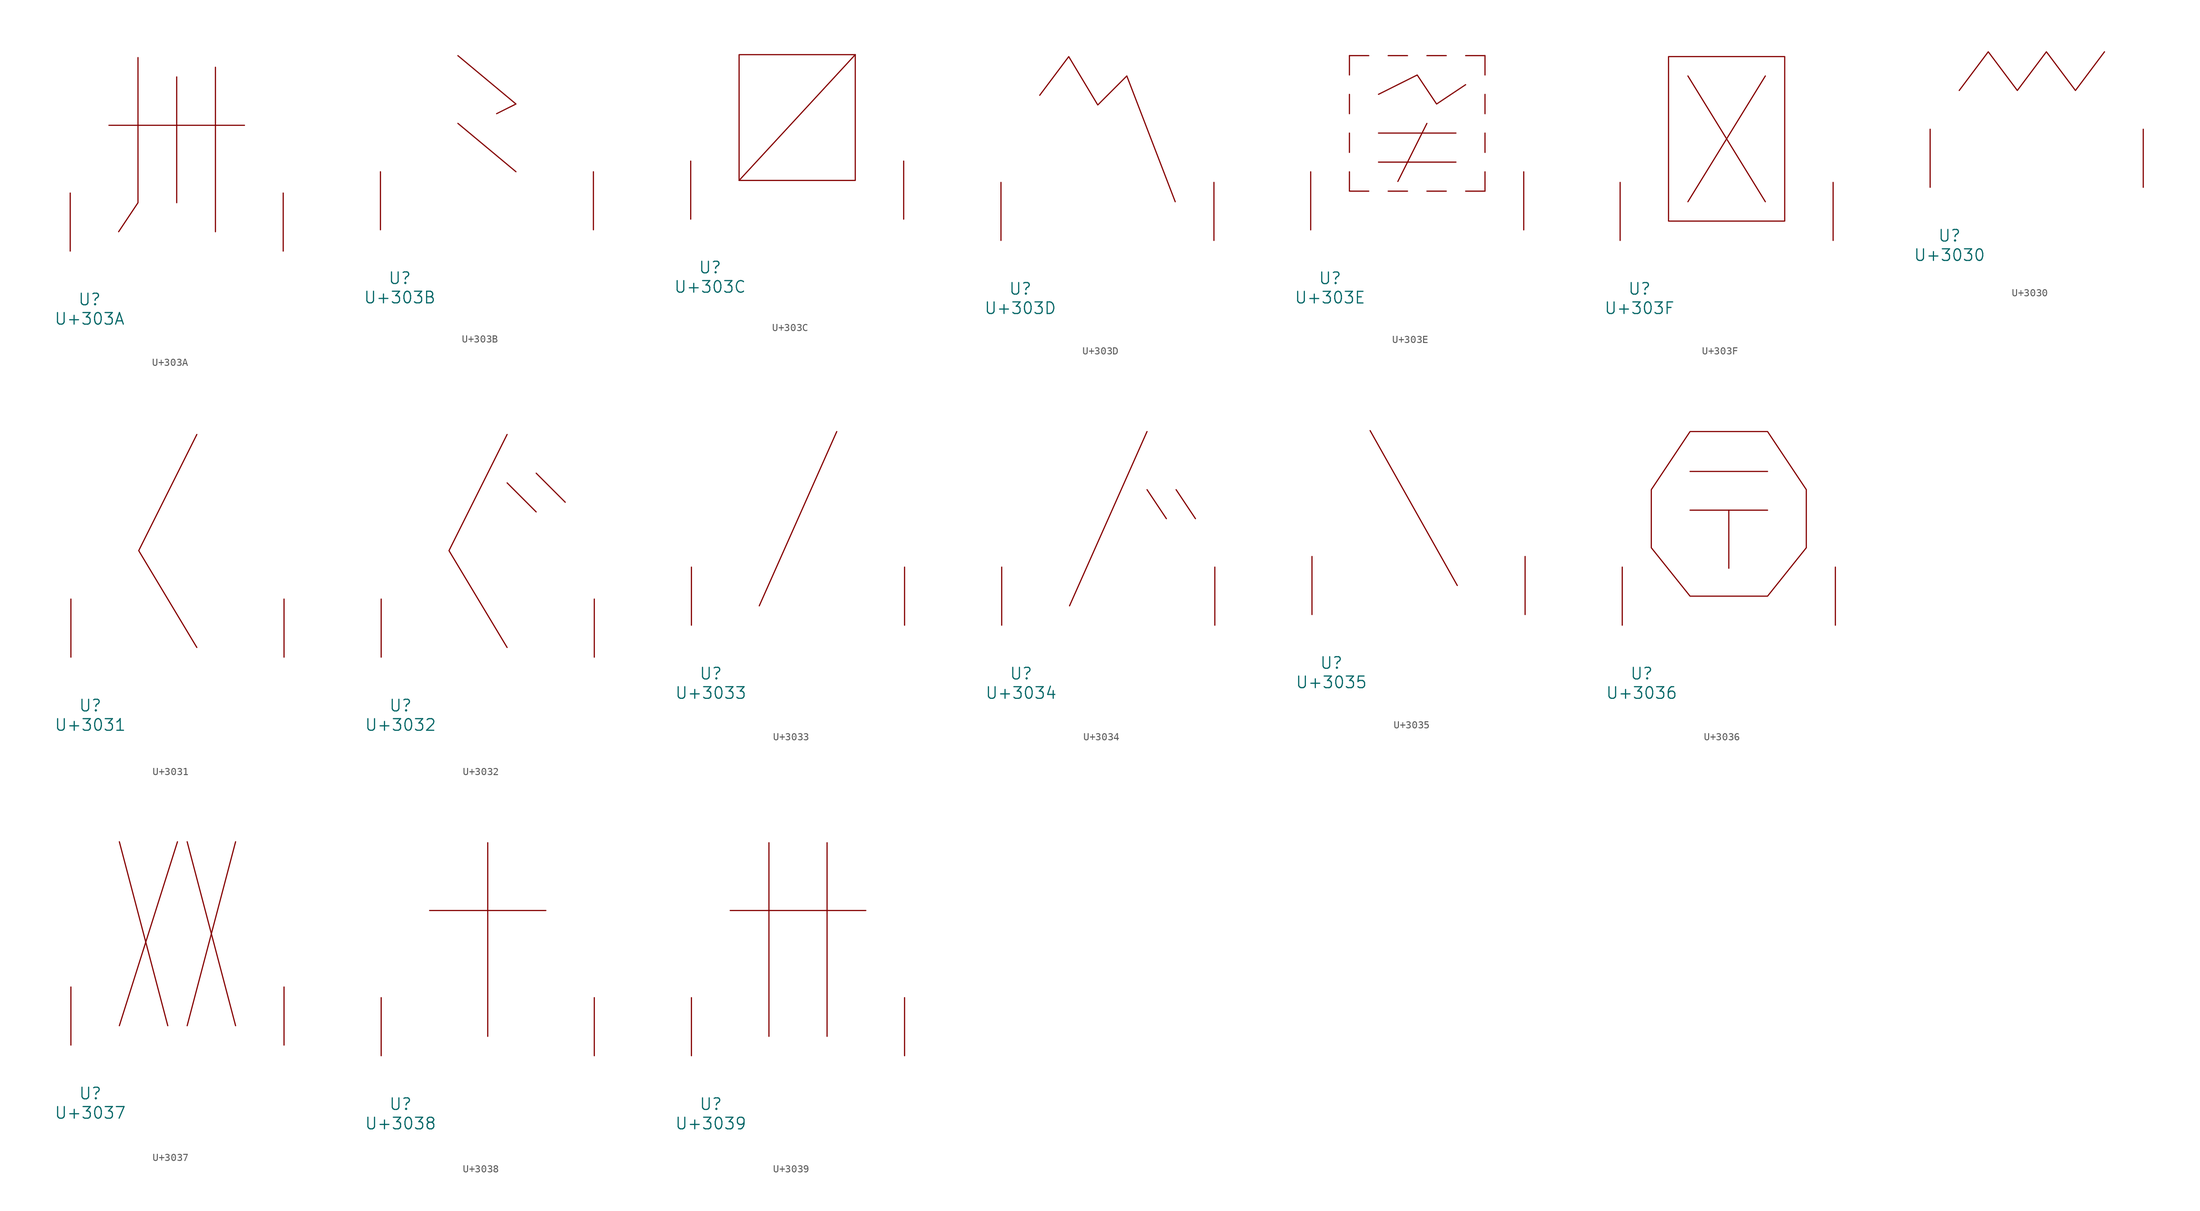
<source format=kicad_sym>
(kicad_symbol_lib
  (version 20231120)
  (generator "kicad_symbol_editor")
  (generator_version "8.0")
  (symbol "U+303A"
    (pin_names
      (offset 1.016))
    (property "Reference" "U"
      (at 0 -6.35 0)
      (effects (font (size 1.524 1.524))))
    (property "Value" "U+303A"
      (at 0 -8.89 0)
      (effects (font (size 1.524 1.524))))
    (symbol "U+303A_0_1"
      (polyline (pts (xy 2.54 16.51) (xy 20.32 16.51)) (stroke (width 0) (type solid)) (fill (type none)))
      (polyline (pts (xy 11.43 22.86) (xy 11.43 6.35)) (stroke (width 0) (type solid)) (fill (type none)))
      (polyline (pts (xy 16.51 24.13) (xy 16.51 2.54)) (stroke (width 0) (type solid)) (fill (type none)))
      (polyline (pts (xy 6.35 25.4) (xy 6.35 6.35) (xy 3.81 2.54)) (stroke (width 0) (type solid)) (fill (type none)))
      (pin input line (at -2.54 0 90) (length 7.62) (name "~" (effects (font (size 1.27 1.27)))) (number "~" (effects (font (size 1.27 1.27)))))
      (pin input line (at 25.4 0 90) (length 7.62) (name "~" (effects (font (size 1.27 1.27)))) (number "~" (effects (font (size 1.27 1.27)))))))
  (symbol "U+303B"
    (pin_names
      (offset 1.016))
    (property "Reference" "U"
      (at 0 -6.35 0)
      (effects (font (size 1.524 1.524))))
    (property "Value" "U+303B"
      (at 0 -8.89 0)
      (effects (font (size 1.524 1.524))))
    (symbol "U+303B_0_1"
      (polyline (pts (xy 7.62 13.97) (xy 15.24 7.62)) (stroke (width 0) (type solid)) (fill (type none)))
      (polyline (pts (xy 7.62 22.86) (xy 15.24 16.51) (xy 12.7 15.24)) (stroke (width 0) (type solid)) (fill (type none)))
      (pin input line (at -2.54 0 90) (length 7.62) (name "~" (effects (font (size 1.27 1.27)))) (number "~" (effects (font (size 1.27 1.27)))))
      (pin input line (at 25.4 0 90) (length 7.62) (name "~" (effects (font (size 1.27 1.27)))) (number "~" (effects (font (size 1.27 1.27)))))))
  (symbol "U+303C"
    (pin_names
      (offset 1.016))
    (property "Reference" "U"
      (at 0 -6.35 0)
      (effects (font (size 1.524 1.524))))
    (property "Value" "U+303C"
      (at 0 -8.89 0)
      (effects (font (size 1.524 1.524))))
    (symbol "U+303C_0_1"
      (polyline (pts (xy 19.05 21.59) (xy 3.81 5.08)) (stroke (width 0) (type solid)) (fill (type none)))
      (polyline (pts (xy 3.81 21.59) (xy 19.05 21.59) (xy 19.05 5.08) (xy 3.81 5.08) (xy 3.81 21.59)) (stroke (width 0) (type solid)) (fill (type none)))
      (pin input line (at -2.54 0 90) (length 7.62) (name "~" (effects (font (size 1.27 1.27)))) (number "~" (effects (font (size 1.27 1.27)))))
      (pin input line (at 25.4 0 90) (length 7.62) (name "~" (effects (font (size 1.27 1.27)))) (number "~" (effects (font (size 1.27 1.27)))))))
  (symbol "U+303D"
    (pin_names
      (offset 1.016))
    (property "Reference" "U"
      (at 0 -6.35 0)
      (effects (font (size 1.524 1.524))))
    (property "Value" "U+303D"
      (at 0 -8.89 0)
      (effects (font (size 1.524 1.524))))
    (symbol "U+303D_0_1"
      (polyline (pts (xy 2.54 19.05) (xy 6.35 24.13) (xy 10.16 17.78) (xy 13.97 21.59) (xy 20.32 5.08)) (stroke (width 0) (type solid)) (fill (type none)))
      (pin input line (at -2.54 0 90) (length 7.62) (name "~" (effects (font (size 1.27 1.27)))) (number "~" (effects (font (size 1.27 1.27)))))
      (pin input line (at 25.4 0 90) (length 7.62) (name "~" (effects (font (size 1.27 1.27)))) (number "~" (effects (font (size 1.27 1.27)))))))
  (symbol "U+303E"
    (pin_names
      (offset 1.016))
    (property "Reference" "U"
      (at 0 -6.35 0)
      (effects (font (size 1.524 1.524))))
    (property "Value" "U+303E"
      (at 0 -8.89 0)
      (effects (font (size 1.524 1.524))))
    (symbol "U+303E_0_1"
      (polyline (pts (xy 2.54 10.16) (xy 2.54 12.7)) (stroke (width 0) (type solid)) (fill (type none)))
      (polyline (pts (xy 2.54 15.24) (xy 2.54 17.78)) (stroke (width 0) (type solid)) (fill (type none)))
      (polyline (pts (xy 2.54 20.32) (xy 2.54 22.86)) (stroke (width 0) (type solid)) (fill (type none)))
      (polyline (pts (xy 2.54 22.86) (xy 5.08 22.86)) (stroke (width 0) (type solid)) (fill (type none)))
      (polyline (pts (xy 6.35 8.89) (xy 16.51 8.89)) (stroke (width 0) (type solid)) (fill (type none)))
      (polyline (pts (xy 6.35 12.7) (xy 16.51 12.7)) (stroke (width 0) (type solid)) (fill (type none)))
      (polyline (pts (xy 7.62 22.86) (xy 10.16 22.86)) (stroke (width 0) (type solid)) (fill (type none)))
      (polyline (pts (xy 10.16 5.08) (xy 7.62 5.08)) (stroke (width 0) (type solid)) (fill (type none)))
      (polyline (pts (xy 12.7 13.97) (xy 8.89 6.35)) (stroke (width 0) (type solid)) (fill (type none)))
      (polyline (pts (xy 12.7 22.86) (xy 15.24 22.86)) (stroke (width 0) (type solid)) (fill (type none)))
      (polyline (pts (xy 15.24 5.08) (xy 12.7 5.08)) (stroke (width 0) (type solid)) (fill (type none)))
      (polyline (pts (xy 17.78 22.86) (xy 20.32 22.86)) (stroke (width 0) (type solid)) (fill (type none)))
      (polyline (pts (xy 20.32 5.08) (xy 17.78 5.08)) (stroke (width 0) (type solid)) (fill (type none)))
      (polyline (pts (xy 20.32 7.62) (xy 20.32 5.08)) (stroke (width 0) (type solid)) (fill (type none)))
      (polyline (pts (xy 20.32 12.7) (xy 20.32 10.16)) (stroke (width 0) (type solid)) (fill (type none)))
      (polyline (pts (xy 20.32 17.78) (xy 20.32 15.24)) (stroke (width 0) (type solid)) (fill (type none)))
      (polyline (pts (xy 20.32 22.86) (xy 20.32 20.32)) (stroke (width 0) (type solid)) (fill (type none)))
      (polyline (pts (xy 5.08 5.08) (xy 2.54 5.08) (xy 2.54 7.62)) (stroke (width 0) (type solid)) (fill (type none)))
      (polyline (pts (xy 6.35 17.78) (xy 11.43 20.32) (xy 13.97 16.51) (xy 17.78 19.05)) (stroke (width 0) (type solid)) (fill (type none)))
      (pin input line (at -2.54 0 90) (length 7.62) (name "~" (effects (font (size 1.27 1.27)))) (number "~" (effects (font (size 1.27 1.27)))))
      (pin input line (at 25.4 0 90) (length 7.62) (name "~" (effects (font (size 1.27 1.27)))) (number "~" (effects (font (size 1.27 1.27)))))))
  (symbol "U+303F"
    (pin_names
      (offset 1.016))
    (property "Reference" "U"
      (at 0 -6.35 0)
      (effects (font (size 1.524 1.524))))
    (property "Value" "U+303F"
      (at 0 -8.89 0)
      (effects (font (size 1.524 1.524))))
    (symbol "U+303F_0_1"
      (polyline (pts (xy 6.35 21.59) (xy 16.51 5.08)) (stroke (width 0) (type solid)) (fill (type none)))
      (polyline (pts (xy 16.51 21.59) (xy 6.35 5.08)) (stroke (width 0) (type solid)) (fill (type none)))
      (polyline (pts (xy 3.81 24.13) (xy 19.05 24.13) (xy 19.05 2.54) (xy 3.81 2.54) (xy 3.81 24.13)) (stroke (width 0) (type solid)) (fill (type none)))
      (pin input line (at -2.54 0 90) (length 7.62) (name "~" (effects (font (size 1.27 1.27)))) (number "~" (effects (font (size 1.27 1.27)))))
      (pin input line (at 25.4 0 90) (length 7.62) (name "~" (effects (font (size 1.27 1.27)))) (number "~" (effects (font (size 1.27 1.27)))))))
  (symbol "U+3030"
    (pin_names
      (offset 1.016))
    (property "Reference" "U"
      (at 0 -6.35 0)
      (effects (font (size 1.524 1.524))))
    (property "Value" "U+3030"
      (at 0 -8.89 0)
      (effects (font (size 1.524 1.524))))
    (symbol "U+3030_0_1"
      (polyline (pts (xy 1.27 12.7) (xy 5.08 17.78) (xy 8.89 12.7) (xy 12.7 17.78) (xy 16.51 12.7) (xy 20.32 17.78)) (stroke (width 0) (type solid)) (fill (type none)))
      (pin input line (at -2.54 0 90) (length 7.62) (name "~" (effects (font (size 1.27 1.27)))) (number "~" (effects (font (size 1.27 1.27)))))
      (pin input line (at 25.4 0 90) (length 7.62) (name "~" (effects (font (size 1.27 1.27)))) (number "~" (effects (font (size 1.27 1.27)))))))
  (symbol "U+3031"
    (pin_names
      (offset 1.016))
    (property "Reference" "U"
      (at 0 -6.35 0)
      (effects (font (size 1.524 1.524))))
    (property "Value" "U+3031"
      (at 0 -8.89 0)
      (effects (font (size 1.524 1.524))))
    (symbol "U+3031_0_1"
      (polyline (pts (xy 13.97 29.21) (xy 6.35 13.97) (xy 13.97 1.27)) (stroke (width 0) (type solid)) (fill (type none)))
      (pin input line (at -2.54 0 90) (length 7.62) (name "~" (effects (font (size 1.27 1.27)))) (number "~" (effects (font (size 1.27 1.27)))))
      (pin input line (at 25.4 0 90) (length 7.62) (name "~" (effects (font (size 1.27 1.27)))) (number "~" (effects (font (size 1.27 1.27)))))))
  (symbol "U+3032"
    (pin_names
      (offset 1.016))
    (property "Reference" "U"
      (at 0 -6.35 0)
      (effects (font (size 1.524 1.524))))
    (property "Value" "U+3032"
      (at 0 -8.89 0)
      (effects (font (size 1.524 1.524))))
    (symbol "U+3032_0_1"
      (polyline (pts (xy 13.97 22.86) (xy 17.78 19.05)) (stroke (width 0) (type solid)) (fill (type none)))
      (polyline (pts (xy 17.78 24.13) (xy 21.59 20.32)) (stroke (width 0) (type solid)) (fill (type none)))
      (polyline (pts (xy 13.97 29.21) (xy 6.35 13.97) (xy 13.97 1.27)) (stroke (width 0) (type solid)) (fill (type none)))
      (pin input line (at -2.54 0 90) (length 7.62) (name "~" (effects (font (size 1.27 1.27)))) (number "~" (effects (font (size 1.27 1.27)))))
      (pin input line (at 25.4 0 90) (length 7.62) (name "~" (effects (font (size 1.27 1.27)))) (number "~" (effects (font (size 1.27 1.27)))))))
  (symbol "U+3033"
    (pin_names
      (offset 1.016))
    (property "Reference" "U"
      (at 0 -6.35 0)
      (effects (font (size 1.524 1.524))))
    (property "Value" "U+3033"
      (at 0 -8.89 0)
      (effects (font (size 1.524 1.524))))
    (symbol "U+3033_0_1"
      (polyline (pts (xy 16.51 25.4) (xy 6.35 2.54)) (stroke (width 0) (type solid)) (fill (type none)))
      (pin input line (at -2.54 0 90) (length 7.62) (name "~" (effects (font (size 1.27 1.27)))) (number "~" (effects (font (size 1.27 1.27)))))
      (pin input line (at 25.4 0 90) (length 7.62) (name "~" (effects (font (size 1.27 1.27)))) (number "~" (effects (font (size 1.27 1.27)))))))
  (symbol "U+3034"
    (pin_names
      (offset 1.016))
    (property "Reference" "U"
      (at 0 -6.35 0)
      (effects (font (size 1.524 1.524))))
    (property "Value" "U+3034"
      (at 0 -8.89 0)
      (effects (font (size 1.524 1.524))))
    (symbol "U+3034_0_1"
      (polyline (pts (xy 16.51 17.78) (xy 19.05 13.97)) (stroke (width 0) (type solid)) (fill (type none)))
      (polyline (pts (xy 16.51 25.4) (xy 6.35 2.54)) (stroke (width 0) (type solid)) (fill (type none)))
      (polyline (pts (xy 20.32 17.78) (xy 22.86 13.97)) (stroke (width 0) (type solid)) (fill (type none)))
      (pin input line (at -2.54 0 90) (length 7.62) (name "~" (effects (font (size 1.27 1.27)))) (number "~" (effects (font (size 1.27 1.27)))))
      (pin input line (at 25.4 0 90) (length 7.62) (name "~" (effects (font (size 1.27 1.27)))) (number "~" (effects (font (size 1.27 1.27)))))))
  (symbol "U+3035"
    (pin_names
      (offset 1.016))
    (property "Reference" "U"
      (at 0 -6.35 0)
      (effects (font (size 1.524 1.524))))
    (property "Value" "U+3035"
      (at 0 -8.89 0)
      (effects (font (size 1.524 1.524))))
    (symbol "U+3035_0_1"
      (polyline (pts (xy 5.08 24.13) (xy 16.51 3.81)) (stroke (width 0) (type solid)) (fill (type none)))
      (pin input line (at -2.54 0 90) (length 7.62) (name "~" (effects (font (size 1.27 1.27)))) (number "~" (effects (font (size 1.27 1.27)))))
      (pin input line (at 25.4 0 90) (length 7.62) (name "~" (effects (font (size 1.27 1.27)))) (number "~" (effects (font (size 1.27 1.27)))))))
  (symbol "U+3036"
    (pin_names
      (offset 1.016))
    (property "Reference" "U"
      (at 0 -6.35 0)
      (effects (font (size 1.524 1.524))))
    (property "Value" "U+3036"
      (at 0 -8.89 0)
      (effects (font (size 1.524 1.524))))
    (symbol "U+3036_0_1"
      (polyline (pts (xy 6.35 15.088) (xy 16.51 15.088)) (stroke (width 0) (type solid)) (fill (type none)))
      (polyline (pts (xy 6.35 20.168) (xy 16.51 20.168)) (stroke (width 0) (type solid)) (fill (type none)))
      (polyline (pts (xy 11.43 15.088) (xy 11.43 7.468)) (stroke (width 0) (type solid)) (fill (type none)))
      (polyline (pts (xy 6.35 25.4) (xy 16.51 25.4) (xy 21.59 17.78) (xy 21.59 10.16) (xy 16.51 3.81) (xy 6.35 3.81) (xy 1.27 10.16) (xy 1.27 17.78) (xy 6.35 25.4)) (stroke (width 0) (type solid)) (fill (type none)))
      (pin input line (at -2.54 0 90) (length 7.62) (name "~" (effects (font (size 1.27 1.27)))) (number "~" (effects (font (size 1.27 1.27)))))
      (pin input line (at 25.4 0 90) (length 7.62) (name "~" (effects (font (size 1.27 1.27)))) (number "~" (effects (font (size 1.27 1.27)))))))
  (symbol "U+3037"
    (pin_names
      (offset 1.016))
    (property "Reference" "U"
      (at 0 -6.35 0)
      (effects (font (size 1.524 1.524))))
    (property "Value" "U+3037"
      (at 0 -8.89 0)
      (effects (font (size 1.524 1.524))))
    (symbol "U+3037_0_1"
      (polyline (pts (xy 3.81 26.67) (xy 10.16 2.54)) (stroke (width 0) (type solid)) (fill (type none)))
      (polyline (pts (xy 11.43 26.67) (xy 3.81 2.54)) (stroke (width 0) (type solid)) (fill (type none)))
      (polyline (pts (xy 12.7 26.67) (xy 19.05 2.54)) (stroke (width 0) (type solid)) (fill (type none)))
      (polyline (pts (xy 19.05 26.67) (xy 12.7 2.54)) (stroke (width 0) (type solid)) (fill (type none)))
      (pin input line (at -2.54 0 90) (length 7.62) (name "~" (effects (font (size 1.27 1.27)))) (number "~" (effects (font (size 1.27 1.27)))))
      (pin input line (at 25.4 0 90) (length 7.62) (name "~" (effects (font (size 1.27 1.27)))) (number "~" (effects (font (size 1.27 1.27)))))))
  (symbol "U+3038"
    (pin_names
      (offset 1.016))
    (property "Reference" "U"
      (at 0 -6.35 0)
      (effects (font (size 1.524 1.524))))
    (property "Value" "U+3038"
      (at 0 -8.89 0)
      (effects (font (size 1.524 1.524))))
    (symbol "U+3038_0_1"
      (polyline (pts (xy 3.81 19.05) (xy 19.05 19.05)) (stroke (width 0) (type solid)) (fill (type none)))
      (polyline (pts (xy 11.43 27.94) (xy 11.43 2.54)) (stroke (width 0) (type solid)) (fill (type none)))
      (pin input line (at -2.54 0 90) (length 7.62) (name "~" (effects (font (size 1.27 1.27)))) (number "~" (effects (font (size 1.27 1.27)))))
      (pin input line (at 25.4 0 90) (length 7.62) (name "~" (effects (font (size 1.27 1.27)))) (number "~" (effects (font (size 1.27 1.27)))))))
  (symbol "U+3039"
    (pin_names
      (offset 1.016))
    (property "Reference" "U"
      (at 0 -6.35 0)
      (effects (font (size 1.524 1.524))))
    (property "Value" "U+3039"
      (at 0 -8.89 0)
      (effects (font (size 1.524 1.524))))
    (symbol "U+3039_0_1"
      (polyline (pts (xy 2.54 19.05) (xy 20.32 19.05)) (stroke (width 0) (type solid)) (fill (type none)))
      (polyline (pts (xy 7.62 27.94) (xy 7.62 2.54)) (stroke (width 0) (type solid)) (fill (type none)))
      (polyline (pts (xy 15.24 27.94) (xy 15.24 2.54)) (stroke (width 0) (type solid)) (fill (type none)))
      (pin input line (at -2.54 0 90) (length 7.62) (name "~" (effects (font (size 1.27 1.27)))) (number "~" (effects (font (size 1.27 1.27)))))
      (pin input line (at 25.4 0 90) (length 7.62) (name "~" (effects (font (size 1.27 1.27)))) (number "~" (effects (font (size 1.27 1.27))))))))
</source>
